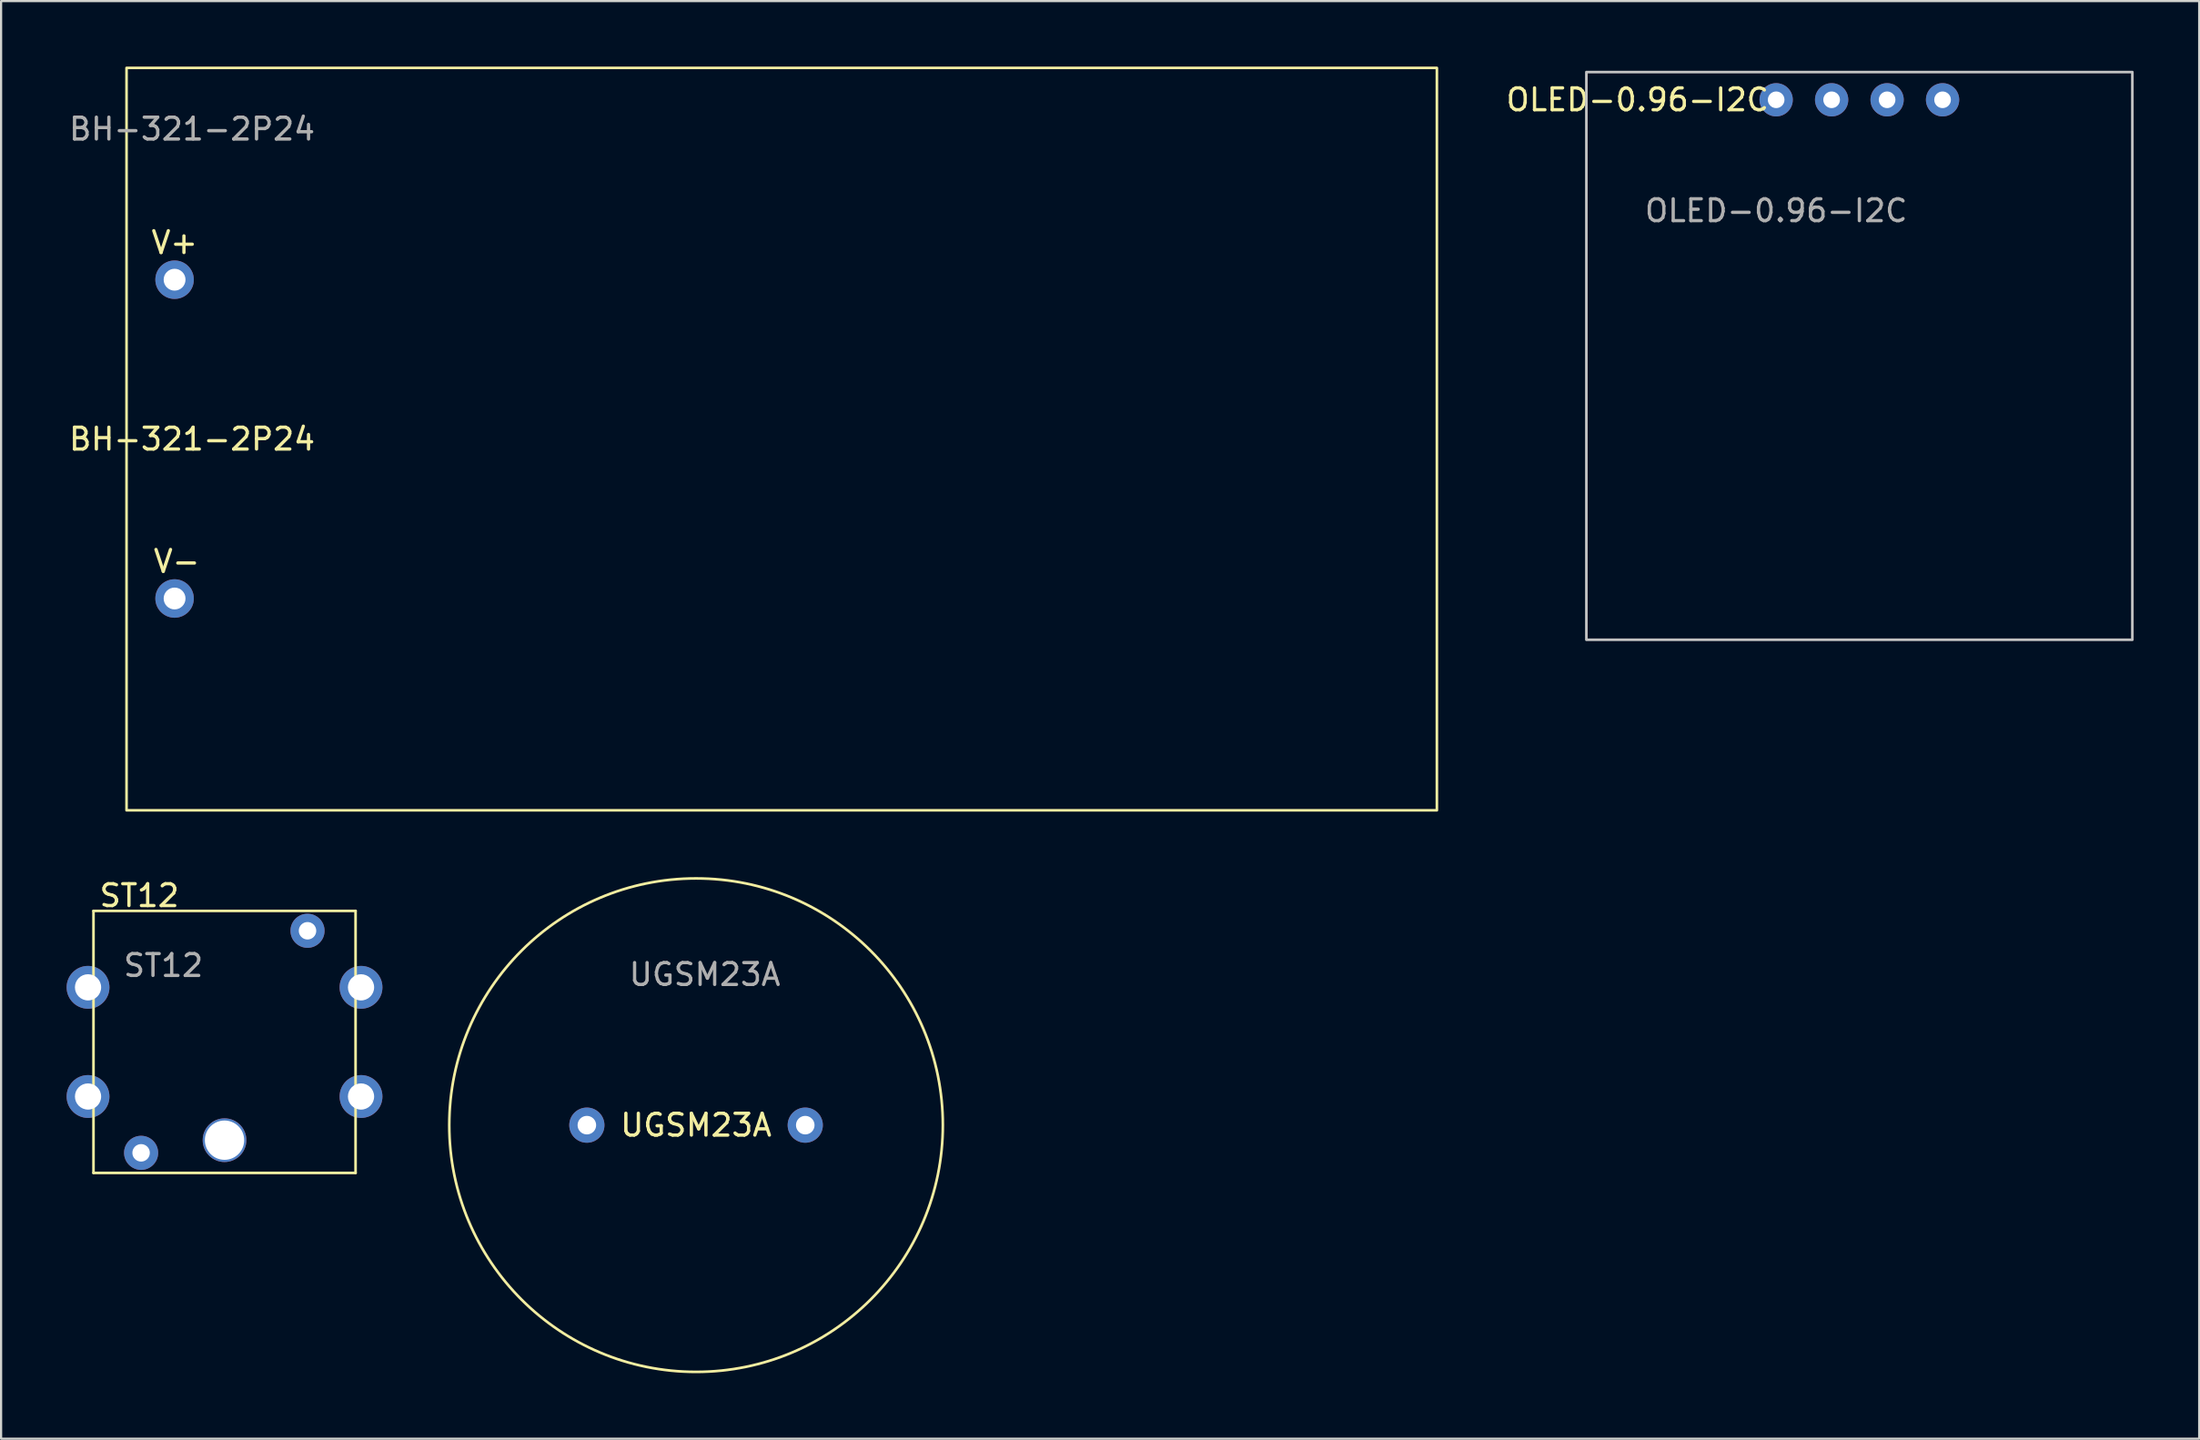
<source format=kicad_pcb>
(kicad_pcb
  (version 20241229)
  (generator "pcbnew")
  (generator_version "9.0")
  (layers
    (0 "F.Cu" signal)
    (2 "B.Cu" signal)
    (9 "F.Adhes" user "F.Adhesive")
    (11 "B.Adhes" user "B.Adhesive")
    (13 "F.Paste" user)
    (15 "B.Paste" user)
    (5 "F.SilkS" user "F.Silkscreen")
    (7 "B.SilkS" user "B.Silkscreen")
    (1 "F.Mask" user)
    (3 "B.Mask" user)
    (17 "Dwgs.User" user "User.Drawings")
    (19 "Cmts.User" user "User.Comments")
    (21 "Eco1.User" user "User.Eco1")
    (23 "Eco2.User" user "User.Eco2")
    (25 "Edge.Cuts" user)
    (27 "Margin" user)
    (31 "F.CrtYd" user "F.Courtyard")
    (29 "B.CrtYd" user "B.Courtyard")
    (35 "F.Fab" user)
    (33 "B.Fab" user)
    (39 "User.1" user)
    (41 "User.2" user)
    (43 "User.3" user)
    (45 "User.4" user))
  (footprint "UGSM23A"
    (layer "F.Cu")
    (at 28.822 48.48)
    (property "Reference" "UGSM23A" (at 0 0 0) (unlocked yes) (layer "F.SilkS") (effects (font (size 1 1) (thickness 0.15))))
    (attr through_hole)
    (fp_circle (center 0 0) (end 11.3 0) (stroke (width 0.12) (type solid)) (fill no) (layer "F.SilkS"))
    (fp_text user "${REFERENCE}" (at 0.4 -6.9 0) (unlocked yes) (layer "F.Fab") (effects (font (size 1 1) (thickness 0.15))))
    (pad "1" thru_hole circle (at 5 0) (size 1.612 1.612) (drill 0.85) (layers "*.Cu" "*.Mask"))
    (pad "2" thru_hole circle (at -5 0) (size 1.612 1.612) (drill 0.85) (layers "*.Cu" "*.Mask")))
  (footprint "BH-321-2P24"
    (layer "F.Cu")
    (at 2.744 17.06)
    (property "Reference" "BH-321-2P24" (at 3 0 0) (unlocked yes) (layer "F.SilkS") (effects (font (size 1 1) (thickness 0.15))))
    (attr through_hole)
    (fp_rect (start 0 -17) (end 60 17) (stroke (width 0.12) (type solid)) (fill no) (layer "F.SilkS"))
    (fp_text user "V-" (at 2.3 5.6 0) (unlocked yes) (layer "F.SilkS") (effects (font (size 1 1) (thickness 0.15))))
    (fp_text user "V+" (at 2.2 -9 0) (unlocked yes) (layer "F.SilkS") (effects (font (size 1 1) (thickness 0.15))))
    (fp_text user "${REFERENCE}" (at 3 -14.2 0) (unlocked yes) (layer "F.Fab") (effects (font (size 1 1) (thickness 0.15))))
    (pad "1" thru_hole circle (at 2.2 -7.3) (size 1.762 1.762) (drill 1) (layers "*.Cu" "*.Mask"))
    (pad "2" thru_hole circle (at 2.2 7.3) (size 1.762 1.762) (drill 1) (layers "*.Cu" "*.Mask")))
  (footprint "ST12"
    (layer "F.Cu")
    (at 7.231 44.668)
    (property "Reference" "ST12" (at -3.9 -6.7 0) (unlocked yes) (layer "F.SilkS") (effects (font (size 1 1) (thickness 0.15))))
    (attr through_hole)
    (fp_line (start -6 -6) (end 6 -6) (stroke (width 0.12) (type solid)) (layer "F.SilkS"))
    (fp_line (start -6 6) (end -6 -6) (stroke (width 0.12) (type solid)) (layer "F.SilkS"))
    (fp_line (start 6 -6) (end 6 6) (stroke (width 0.12) (type solid)) (layer "F.SilkS"))
    (fp_line (start 6 6) (end -6 6) (stroke (width 0.12) (type solid)) (layer "F.SilkS"))
    (fp_text user "${REFERENCE}" (at -2.8 -3.5 0) (unlocked yes) (layer "F.Fab") (effects (font (size 1 1) (thickness 0.15))))
    (pad "" np_thru_hole circle (at 0 4.5) (size 2 2) (drill 1.8) (layers "*.Cu" "*.Mask"))
    (pad "1" thru_hole circle (at -6.25 2.5) (size 1.962 1.962) (drill 1.2) (layers "*.Cu" "*.Mask"))
    (pad "2" thru_hole circle (at 6.25 2.5) (size 1.962 1.962) (drill 1.2) (layers "*.Cu" "*.Mask"))
    (pad "3" thru_hole circle (at -6.25 -2.5) (size 1.962 1.962) (drill 1.2) (layers "*.Cu" "*.Mask"))
    (pad "4" thru_hole circle (at 6.25 -2.5) (size 1.962 1.962) (drill 1.2) (layers "*.Cu" "*.Mask"))
    (pad "5" thru_hole circle (at -3.82 5.08) (size 1.562 1.562) (drill 0.8) (layers "*.Cu" "*.Mask"))
    (pad "6" thru_hole circle (at 3.8 -5.09) (size 1.562 1.562) (drill 0.8) (layers "*.Cu" "*.Mask")))
  (footprint "OLED-0.96-I2C"
    (layer "F.Cu")
    (at 82.089 0.25)
    (property "Reference" "OLED-0.96-I2C" (at -10.16 1.27 0) (unlocked yes) (layer "F.SilkS") (effects (font (size 1 1) (thickness 0.15))))
    (attr through_hole)
    (fp_rect (start -12.5 0) (end 12.5 26) (stroke (width 0.12) (type solid)) (fill no) (layer "Dwgs.User"))
    (fp_text user "${REFERENCE}" (at -3.81 6.35 0) (unlocked yes) (layer "F.Fab") (effects (font (size 1 1) (thickness 0.15))))
    (pad "1" thru_hole circle (at -3.81 1.27) (size 1.524 1.524) (drill 0.762) (layers "*.Cu" "*.Mask"))
    (pad "2" thru_hole circle (at -1.27 1.27) (size 1.524 1.524) (drill 0.762) (layers "*.Cu" "*.Mask"))
    (pad "3" thru_hole circle (at 1.27 1.27) (size 1.524 1.524) (drill 0.762) (layers "*.Cu" "*.Mask"))
    (pad "4" thru_hole circle (at 3.81 1.27) (size 1.524 1.524) (drill 0.762) (layers "*.Cu" "*.Mask")))
  (gr_rect
    (start -3 -3)
    (end 97.649 62.84)
    (stroke (width 0.1) (type default))
    (fill no)
    (layer "Edge.Cuts")))
</source>
